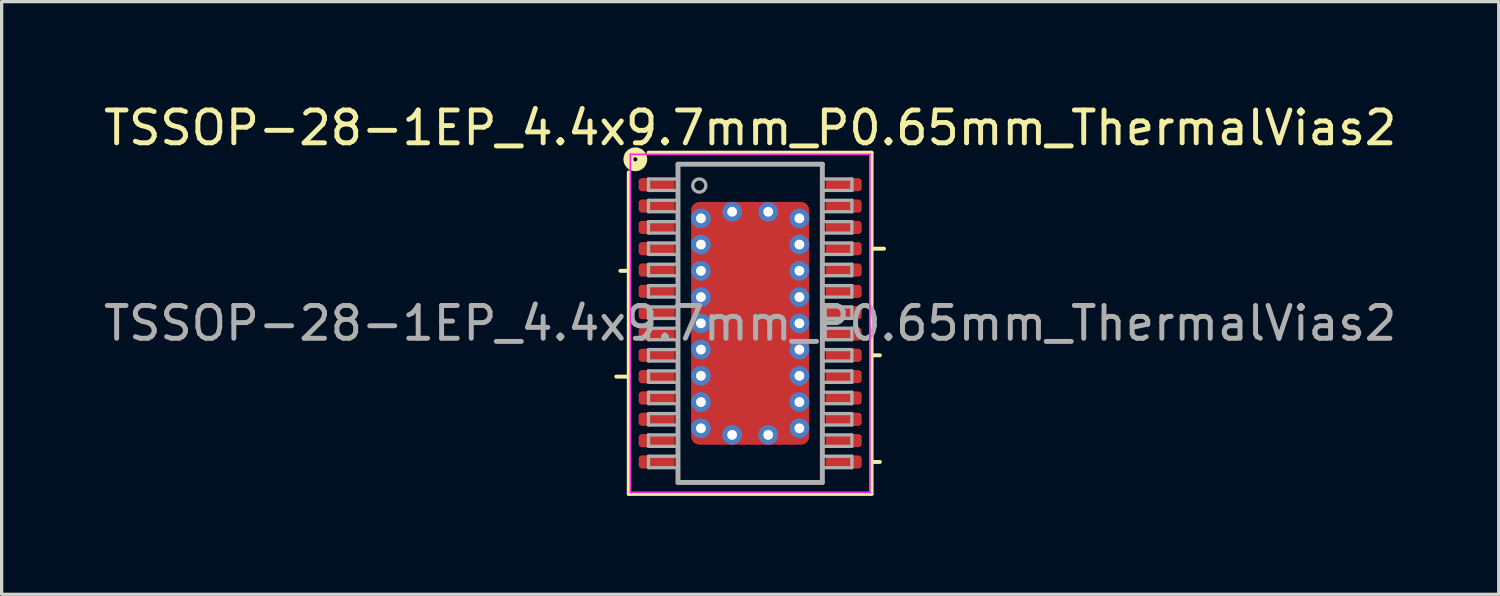
<source format=kicad_pcb>
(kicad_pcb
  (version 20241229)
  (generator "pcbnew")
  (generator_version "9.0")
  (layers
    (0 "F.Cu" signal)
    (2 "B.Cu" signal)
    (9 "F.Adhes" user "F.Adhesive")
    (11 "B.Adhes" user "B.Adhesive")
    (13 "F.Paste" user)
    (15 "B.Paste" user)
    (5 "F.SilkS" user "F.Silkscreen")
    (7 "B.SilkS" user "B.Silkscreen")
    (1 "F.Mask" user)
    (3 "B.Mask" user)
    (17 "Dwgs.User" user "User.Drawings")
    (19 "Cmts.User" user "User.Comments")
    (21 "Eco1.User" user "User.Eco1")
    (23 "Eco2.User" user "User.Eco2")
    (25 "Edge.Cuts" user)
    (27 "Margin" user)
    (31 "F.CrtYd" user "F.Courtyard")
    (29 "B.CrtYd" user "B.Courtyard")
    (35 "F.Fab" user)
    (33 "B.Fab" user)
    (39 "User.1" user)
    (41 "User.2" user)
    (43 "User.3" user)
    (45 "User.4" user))
  (footprint "TSSOP-28-1EP_4.4x9.7mm_P0.65mm_ThermalVias2"
    (layer "F.Cu")
    (at 19.815 6.805)
    (property "Reference" "TSSOP-28-1EP_4.4x9.7mm_P0.65mm_ThermalVias2" (at 0 -5.957 0) (layer "F.SilkS") (effects (font (size 1 1) (thickness 0.15))))
    (attr smd)
    (fp_line (start -4.081 1.625) (end -3.7 1.625) (stroke (width 0.12) (type solid)) (layer "F.SilkS"))
    (fp_line (start -3.954 -1.6) (end -3.7 -1.6) (stroke (width 0.12) (type solid)) (layer "F.SilkS"))
    (fp_line (start -3.7 -4.6) (end -3.7 5.2) (stroke (width 0.12) (type solid)) (layer "F.SilkS"))
    (fp_line (start -3.7 5.2) (end 3.7 5.2) (stroke (width 0.12) (type solid)) (layer "F.SilkS"))
    (fp_line (start 3.7 -5.2) (end -3.1 -5.2) (stroke (width 0.12) (type solid)) (layer "F.SilkS"))
    (fp_line (start 3.7 -2.275) (end 4.081 -2.275) (stroke (width 0.12) (type solid)) (layer "F.SilkS"))
    (fp_line (start 3.7 0.975) (end 3.954 0.975) (stroke (width 0.12) (type solid)) (layer "F.SilkS"))
    (fp_line (start 3.7 4.225) (end 3.954 4.225) (stroke (width 0.12) (type solid)) (layer "F.SilkS"))
    (fp_line (start 3.7 5.2) (end 3.7 -5.2) (stroke (width 0.12) (type solid)) (layer "F.SilkS"))
    (fp_circle (center -3.5 -5) (end -3.437 -5) (stroke (width 0.3) (type solid)) (fill no) (layer "F.SilkS"))
    (fp_line (start -3.65 -5.15) (end -3.65 5.15) (stroke (width 0.05) (type solid)) (layer "F.CrtYd"))
    (fp_line (start -3.65 -5.15) (end 3.65 -5.15) (stroke (width 0.05) (type solid)) (layer "F.CrtYd"))
    (fp_line (start -3.65 5.15) (end 3.65 5.15) (stroke (width 0.05) (type solid)) (layer "F.CrtYd"))
    (fp_line (start 3.65 -5.15) (end 3.65 5.15) (stroke (width 0.05) (type solid)) (layer "F.CrtYd"))
    (fp_line (start -3.1 -4.4) (end -3.1 -4.05) (stroke (width 0.1) (type solid)) (layer "F.Fab"))
    (fp_line (start -3.1 -4.4) (end -2.2 -4.4) (stroke (width 0.1) (type solid)) (layer "F.Fab"))
    (fp_line (start -3.1 -4.05) (end -2.2 -4.05) (stroke (width 0.1) (type solid)) (layer "F.Fab"))
    (fp_line (start -3.1 -3.75) (end -3.1 -3.4) (stroke (width 0.1) (type solid)) (layer "F.Fab"))
    (fp_line (start -3.1 -3.75) (end -2.2 -3.75) (stroke (width 0.1) (type solid)) (layer "F.Fab"))
    (fp_line (start -3.1 -3.4) (end -2.2 -3.4) (stroke (width 0.1) (type solid)) (layer "F.Fab"))
    (fp_line (start -3.1 -3.1) (end -3.1 -2.75) (stroke (width 0.1) (type solid)) (layer "F.Fab"))
    (fp_line (start -3.1 -3.1) (end -2.2 -3.1) (stroke (width 0.1) (type solid)) (layer "F.Fab"))
    (fp_line (start -3.1 -2.75) (end -2.2 -2.75) (stroke (width 0.1) (type solid)) (layer "F.Fab"))
    (fp_line (start -3.1 -2.45) (end -3.1 -2.1) (stroke (width 0.1) (type solid)) (layer "F.Fab"))
    (fp_line (start -3.1 -2.45) (end -2.2 -2.45) (stroke (width 0.1) (type solid)) (layer "F.Fab"))
    (fp_line (start -3.1 -2.1) (end -2.2 -2.1) (stroke (width 0.1) (type solid)) (layer "F.Fab"))
    (fp_line (start -3.1 -1.8) (end -3.1 -1.45) (stroke (width 0.1) (type solid)) (layer "F.Fab"))
    (fp_line (start -3.1 -1.8) (end -2.2 -1.8) (stroke (width 0.1) (type solid)) (layer "F.Fab"))
    (fp_line (start -3.1 -1.45) (end -2.2 -1.45) (stroke (width 0.1) (type solid)) (layer "F.Fab"))
    (fp_line (start -3.1 -1.15) (end -3.1 -0.8) (stroke (width 0.1) (type solid)) (layer "F.Fab"))
    (fp_line (start -3.1 -1.15) (end -2.2 -1.15) (stroke (width 0.1) (type solid)) (layer "F.Fab"))
    (fp_line (start -3.1 -0.8) (end -2.2 -0.8) (stroke (width 0.1) (type solid)) (layer "F.Fab"))
    (fp_line (start -3.1 -0.5) (end -3.1 -0.15) (stroke (width 0.1) (type solid)) (layer "F.Fab"))
    (fp_line (start -3.1 -0.5) (end -2.2 -0.5) (stroke (width 0.1) (type solid)) (layer "F.Fab"))
    (fp_line (start -3.1 -0.15) (end -2.2 -0.15) (stroke (width 0.1) (type solid)) (layer "F.Fab"))
    (fp_line (start -3.1 0.15) (end -3.1 0.5) (stroke (width 0.1) (type solid)) (layer "F.Fab"))
    (fp_line (start -3.1 0.15) (end -2.2 0.15) (stroke (width 0.1) (type solid)) (layer "F.Fab"))
    (fp_line (start -3.1 0.5) (end -2.2 0.5) (stroke (width 0.1) (type solid)) (layer "F.Fab"))
    (fp_line (start -3.1 0.8) (end -3.1 1.15) (stroke (width 0.1) (type solid)) (layer "F.Fab"))
    (fp_line (start -3.1 0.8) (end -2.2 0.8) (stroke (width 0.1) (type solid)) (layer "F.Fab"))
    (fp_line (start -3.1 1.15) (end -2.2 1.15) (stroke (width 0.1) (type solid)) (layer "F.Fab"))
    (fp_line (start -3.1 1.45) (end -3.1 1.8) (stroke (width 0.1) (type solid)) (layer "F.Fab"))
    (fp_line (start -3.1 1.45) (end -2.2 1.45) (stroke (width 0.1) (type solid)) (layer "F.Fab"))
    (fp_line (start -3.1 1.8) (end -2.2 1.8) (stroke (width 0.1) (type solid)) (layer "F.Fab"))
    (fp_line (start -3.1 2.1) (end -3.1 2.45) (stroke (width 0.1) (type solid)) (layer "F.Fab"))
    (fp_line (start -3.1 2.1) (end -2.2 2.1) (stroke (width 0.1) (type solid)) (layer "F.Fab"))
    (fp_line (start -3.1 2.45) (end -2.2 2.45) (stroke (width 0.1) (type solid)) (layer "F.Fab"))
    (fp_line (start -3.1 2.75) (end -3.1 3.1) (stroke (width 0.1) (type solid)) (layer "F.Fab"))
    (fp_line (start -3.1 2.75) (end -2.2 2.75) (stroke (width 0.1) (type solid)) (layer "F.Fab"))
    (fp_line (start -3.1 3.1) (end -2.2 3.1) (stroke (width 0.1) (type solid)) (layer "F.Fab"))
    (fp_line (start -3.1 3.4) (end -3.1 3.75) (stroke (width 0.1) (type solid)) (layer "F.Fab"))
    (fp_line (start -3.1 3.4) (end -2.2 3.4) (stroke (width 0.1) (type solid)) (layer "F.Fab"))
    (fp_line (start -3.1 3.75) (end -2.2 3.75) (stroke (width 0.1) (type solid)) (layer "F.Fab"))
    (fp_line (start -3.1 4.05) (end -3.1 4.4) (stroke (width 0.1) (type solid)) (layer "F.Fab"))
    (fp_line (start -3.1 4.05) (end -2.2 4.05) (stroke (width 0.1) (type solid)) (layer "F.Fab"))
    (fp_line (start -3.1 4.4) (end -2.2 4.4) (stroke (width 0.1) (type solid)) (layer "F.Fab"))
    (fp_line (start -2.2 -4.85) (end 2.2 -4.85) (stroke (width 0.15) (type solid)) (layer "F.Fab"))
    (fp_line (start -2.2 4.85) (end -2.2 -4.85) (stroke (width 0.15) (type solid)) (layer "F.Fab"))
    (fp_line (start 2.2 -4.85) (end 2.2 4.85) (stroke (width 0.15) (type solid)) (layer "F.Fab"))
    (fp_line (start 2.2 4.85) (end -2.2 4.85) (stroke (width 0.15) (type solid)) (layer "F.Fab"))
    (fp_line (start 3.1 -4.4) (end 2.2 -4.4) (stroke (width 0.1) (type solid)) (layer "F.Fab"))
    (fp_line (start 3.1 -4.05) (end 2.2 -4.05) (stroke (width 0.1) (type solid)) (layer "F.Fab"))
    (fp_line (start 3.1 -4.05) (end 3.1 -4.4) (stroke (width 0.1) (type solid)) (layer "F.Fab"))
    (fp_line (start 3.1 -3.75) (end 2.2 -3.75) (stroke (width 0.1) (type solid)) (layer "F.Fab"))
    (fp_line (start 3.1 -3.4) (end 2.2 -3.4) (stroke (width 0.1) (type solid)) (layer "F.Fab"))
    (fp_line (start 3.1 -3.4) (end 3.1 -3.75) (stroke (width 0.1) (type solid)) (layer "F.Fab"))
    (fp_line (start 3.1 -3.1) (end 2.2 -3.1) (stroke (width 0.1) (type solid)) (layer "F.Fab"))
    (fp_line (start 3.1 -2.75) (end 2.2 -2.75) (stroke (width 0.1) (type solid)) (layer "F.Fab"))
    (fp_line (start 3.1 -2.75) (end 3.1 -3.1) (stroke (width 0.1) (type solid)) (layer "F.Fab"))
    (fp_line (start 3.1 -2.45) (end 2.2 -2.45) (stroke (width 0.1) (type solid)) (layer "F.Fab"))
    (fp_line (start 3.1 -2.1) (end 2.2 -2.1) (stroke (width 0.1) (type solid)) (layer "F.Fab"))
    (fp_line (start 3.1 -2.1) (end 3.1 -2.45) (stroke (width 0.1) (type solid)) (layer "F.Fab"))
    (fp_line (start 3.1 -1.8) (end 2.2 -1.8) (stroke (width 0.1) (type solid)) (layer "F.Fab"))
    (fp_line (start 3.1 -1.45) (end 2.2 -1.45) (stroke (width 0.1) (type solid)) (layer "F.Fab"))
    (fp_line (start 3.1 -1.45) (end 3.1 -1.8) (stroke (width 0.1) (type solid)) (layer "F.Fab"))
    (fp_line (start 3.1 -1.15) (end 2.2 -1.15) (stroke (width 0.1) (type solid)) (layer "F.Fab"))
    (fp_line (start 3.1 -0.8) (end 2.2 -0.8) (stroke (width 0.1) (type solid)) (layer "F.Fab"))
    (fp_line (start 3.1 -0.8) (end 3.1 -1.15) (stroke (width 0.1) (type solid)) (layer "F.Fab"))
    (fp_line (start 3.1 -0.5) (end 2.2 -0.5) (stroke (width 0.1) (type solid)) (layer "F.Fab"))
    (fp_line (start 3.1 -0.15) (end 2.2 -0.15) (stroke (width 0.1) (type solid)) (layer "F.Fab"))
    (fp_line (start 3.1 -0.15) (end 3.1 -0.5) (stroke (width 0.1) (type solid)) (layer "F.Fab"))
    (fp_line (start 3.1 0.15) (end 2.2 0.15) (stroke (width 0.1) (type solid)) (layer "F.Fab"))
    (fp_line (start 3.1 0.5) (end 2.2 0.5) (stroke (width 0.1) (type solid)) (layer "F.Fab"))
    (fp_line (start 3.1 0.5) (end 3.1 0.15) (stroke (width 0.1) (type solid)) (layer "F.Fab"))
    (fp_line (start 3.1 0.8) (end 2.2 0.8) (stroke (width 0.1) (type solid)) (layer "F.Fab"))
    (fp_line (start 3.1 1.15) (end 2.2 1.15) (stroke (width 0.1) (type solid)) (layer "F.Fab"))
    (fp_line (start 3.1 1.15) (end 3.1 0.8) (stroke (width 0.1) (type solid)) (layer "F.Fab"))
    (fp_line (start 3.1 1.45) (end 2.2 1.45) (stroke (width 0.1) (type solid)) (layer "F.Fab"))
    (fp_line (start 3.1 1.8) (end 2.2 1.8) (stroke (width 0.1) (type solid)) (layer "F.Fab"))
    (fp_line (start 3.1 1.8) (end 3.1 1.45) (stroke (width 0.1) (type solid)) (layer "F.Fab"))
    (fp_line (start 3.1 2.1) (end 2.2 2.1) (stroke (width 0.1) (type solid)) (layer "F.Fab"))
    (fp_line (start 3.1 2.45) (end 2.2 2.45) (stroke (width 0.1) (type solid)) (layer "F.Fab"))
    (fp_line (start 3.1 2.45) (end 3.1 2.1) (stroke (width 0.1) (type solid)) (layer "F.Fab"))
    (fp_line (start 3.1 2.75) (end 2.2 2.75) (stroke (width 0.1) (type solid)) (layer "F.Fab"))
    (fp_line (start 3.1 3.1) (end 2.2 3.1) (stroke (width 0.1) (type solid)) (layer "F.Fab"))
    (fp_line (start 3.1 3.1) (end 3.1 2.75) (stroke (width 0.1) (type solid)) (layer "F.Fab"))
    (fp_line (start 3.1 3.4) (end 2.2 3.4) (stroke (width 0.1) (type solid)) (layer "F.Fab"))
    (fp_line (start 3.1 3.75) (end 2.2 3.75) (stroke (width 0.1) (type solid)) (layer "F.Fab"))
    (fp_line (start 3.1 3.75) (end 3.1 3.4) (stroke (width 0.1) (type solid)) (layer "F.Fab"))
    (fp_line (start 3.1 4.05) (end 2.2 4.05) (stroke (width 0.1) (type solid)) (layer "F.Fab"))
    (fp_line (start 3.1 4.4) (end 2.2 4.4) (stroke (width 0.1) (type solid)) (layer "F.Fab"))
    (fp_line (start 3.1 4.4) (end 3.1 4.05) (stroke (width 0.1) (type solid)) (layer "F.Fab"))
    (fp_circle (center -1.55 -4.2) (end -1.35 -4.2) (stroke (width 0.1) (type solid)) (fill no) (layer "F.Fab"))
    (fp_text user "${REFERENCE}" (at 0 0 0) (layer "F.Fab") (effects (font (size 1 1) (thickness 0.15))))
    (pad "" smd roundrect (at -0.6 -2.4) (size 0.9 0.9) (layers "F.Paste") (roundrect_rratio 0.25))
    (pad "" smd roundrect (at -0.6 -1.2) (size 0.9 0.9) (layers "F.Paste") (roundrect_rratio 0.25))
    (pad "" smd roundrect (at -0.6 0) (size 0.9 0.9) (layers "F.Paste") (roundrect_rratio 0.25))
    (pad "" smd roundrect (at -0.6 1.2) (size 0.9 0.9) (layers "F.Paste") (roundrect_rratio 0.25))
    (pad "" smd roundrect (at -0.6 2.4) (size 0.9 0.9) (layers "F.Paste") (roundrect_rratio 0.25))
    (pad "" smd roundrect (at 0 0) (size 2.4 6.2) (layers "F.Mask") (roundrect_rratio 0.104))
    (pad "" smd roundrect (at 0.6 -2.4) (size 0.9 0.9) (layers "F.Paste") (roundrect_rratio 0.25))
    (pad "" smd roundrect (at 0.6 -1.2) (size 0.9 0.9) (layers "F.Paste") (roundrect_rratio 0.25))
    (pad "" smd roundrect (at 0.6 0) (size 0.9 0.9) (layers "F.Paste") (roundrect_rratio 0.25))
    (pad "" smd roundrect (at 0.6 1.2) (size 0.9 0.9) (layers "F.Paste") (roundrect_rratio 0.25))
    (pad "" smd roundrect (at 0.6 2.4) (size 0.9 0.9) (layers "F.Paste") (roundrect_rratio 0.25))
    (pad "1" smd roundrect (at -2.85 -4.225) (size 1.1 0.4) (layers "F.Cu" "F.Mask" "F.Paste") (roundrect_rratio 0.25))
    (pad "2" smd roundrect (at -2.85 -3.575) (size 1.1 0.4) (layers "F.Cu" "F.Mask" "F.Paste") (roundrect_rratio 0.25))
    (pad "3" smd roundrect (at -2.85 -2.925) (size 1.1 0.4) (layers "F.Cu" "F.Mask" "F.Paste") (roundrect_rratio 0.25))
    (pad "4" smd roundrect (at -2.85 -2.275) (size 1.1 0.4) (layers "F.Cu" "F.Mask" "F.Paste") (roundrect_rratio 0.25))
    (pad "5" smd roundrect (at -2.85 -1.625) (size 1.1 0.4) (layers "F.Cu" "F.Mask" "F.Paste") (roundrect_rratio 0.25))
    (pad "6" smd roundrect (at -2.85 -0.975) (size 1.1 0.4) (layers "F.Cu" "F.Mask" "F.Paste") (roundrect_rratio 0.25))
    (pad "7" smd roundrect (at -2.85 -0.325) (size 1.1 0.4) (layers "F.Cu" "F.Mask" "F.Paste") (roundrect_rratio 0.25))
    (pad "8" smd roundrect (at -2.85 0.325) (size 1.1 0.4) (layers "F.Cu" "F.Mask" "F.Paste") (roundrect_rratio 0.25))
    (pad "9" smd roundrect (at -2.85 0.975) (size 1.1 0.4) (layers "F.Cu" "F.Mask" "F.Paste") (roundrect_rratio 0.25))
    (pad "10" smd roundrect (at -2.85 1.625) (size 1.1 0.4) (layers "F.Cu" "F.Mask" "F.Paste") (roundrect_rratio 0.25))
    (pad "11" smd roundrect (at -2.85 2.275) (size 1.1 0.4) (layers "F.Cu" "F.Mask" "F.Paste") (roundrect_rratio 0.25))
    (pad "12" smd roundrect (at -2.85 2.925) (size 1.1 0.4) (layers "F.Cu" "F.Mask" "F.Paste") (roundrect_rratio 0.25))
    (pad "13" smd roundrect (at -2.85 3.575) (size 1.1 0.4) (layers "F.Cu" "F.Mask" "F.Paste") (roundrect_rratio 0.25))
    (pad "14" smd roundrect (at -2.85 4.225) (size 1.1 0.4) (layers "F.Cu" "F.Mask" "F.Paste") (roundrect_rratio 0.25))
    (pad "15" smd roundrect (at 2.85 4.225) (size 1.1 0.4) (layers "F.Cu" "F.Mask" "F.Paste") (roundrect_rratio 0.25))
    (pad "16" smd roundrect (at 2.85 3.575) (size 1.1 0.4) (layers "F.Cu" "F.Mask" "F.Paste") (roundrect_rratio 0.25))
    (pad "17" smd roundrect (at 2.85 2.925) (size 1.1 0.4) (layers "F.Cu" "F.Mask" "F.Paste") (roundrect_rratio 0.25))
    (pad "18" smd roundrect (at 2.85 2.275) (size 1.1 0.4) (layers "F.Cu" "F.Mask" "F.Paste") (roundrect_rratio 0.25))
    (pad "19" smd roundrect (at 2.85 1.625) (size 1.1 0.4) (layers "F.Cu" "F.Mask" "F.Paste") (roundrect_rratio 0.25))
    (pad "20" smd roundrect (at 2.85 0.975) (size 1.1 0.4) (layers "F.Cu" "F.Mask" "F.Paste") (roundrect_rratio 0.25))
    (pad "21" smd roundrect (at 2.85 0.325) (size 1.1 0.4) (layers "F.Cu" "F.Mask" "F.Paste") (roundrect_rratio 0.25))
    (pad "22" smd roundrect (at 2.85 -0.325) (size 1.1 0.4) (layers "F.Cu" "F.Mask" "F.Paste") (roundrect_rratio 0.25))
    (pad "23" smd roundrect (at 2.85 -0.975) (size 1.1 0.4) (layers "F.Cu" "F.Mask" "F.Paste") (roundrect_rratio 0.25))
    (pad "24" smd roundrect (at 2.85 -1.625) (size 1.1 0.4) (layers "F.Cu" "F.Mask" "F.Paste") (roundrect_rratio 0.25))
    (pad "25" smd roundrect (at 2.85 -2.275) (size 1.1 0.4) (layers "F.Cu" "F.Mask" "F.Paste") (roundrect_rratio 0.25))
    (pad "26" smd roundrect (at 2.85 -2.925) (size 1.1 0.4) (layers "F.Cu" "F.Mask" "F.Paste") (roundrect_rratio 0.25))
    (pad "27" smd roundrect (at 2.85 -3.575) (size 1.1 0.4) (layers "F.Cu" "F.Mask" "F.Paste") (roundrect_rratio 0.25))
    (pad "28" smd roundrect (at 2.85 -4.225) (size 1.1 0.4) (layers "F.Cu" "F.Mask" "F.Paste") (roundrect_rratio 0.25))
    (pad "29" thru_hole circle (at -1.5 -3.2) (size 0.6 0.6) (drill 0.3) (property pad_prop_heatsink) (layers "*.Cu" "*.Mask"))
    (pad "29" thru_hole circle (at -1.5 -2.4) (size 0.6 0.6) (drill 0.3) (property pad_prop_heatsink) (layers "*.Cu" "*.Mask"))
    (pad "29" thru_hole circle (at -1.5 -1.6) (size 0.6 0.6) (drill 0.3) (property pad_prop_heatsink) (layers "*.Cu" "*.Mask"))
    (pad "29" thru_hole circle (at -1.5 -0.8) (size 0.6 0.6) (drill 0.3) (property pad_prop_heatsink) (layers "*.Cu" "*.Mask"))
    (pad "29" thru_hole circle (at -1.5 0) (size 0.6 0.6) (drill 0.3) (property pad_prop_heatsink) (layers "*.Cu" "*.Mask"))
    (pad "29" thru_hole circle (at -1.5 0.8) (size 0.6 0.6) (drill 0.3) (property pad_prop_heatsink) (layers "*.Cu" "*.Mask"))
    (pad "29" thru_hole circle (at -1.5 1.6) (size 0.6 0.6) (drill 0.3) (property pad_prop_heatsink) (layers "*.Cu" "*.Mask"))
    (pad "29" thru_hole circle (at -1.5 2.4) (size 0.6 0.6) (drill 0.3) (property pad_prop_heatsink) (layers "*.Cu" "*.Mask"))
    (pad "29" thru_hole circle (at -1.5 3.2) (size 0.6 0.6) (drill 0.3) (property pad_prop_heatsink) (layers "*.Cu" "*.Mask"))
    (pad "29" thru_hole circle (at -0.55 -3.4) (size 0.6 0.6) (drill 0.3) (property pad_prop_heatsink) (layers "*.Cu" "*.Mask"))
    (pad "29" thru_hole circle (at -0.55 3.4) (size 0.6 0.6) (drill 0.3) (property pad_prop_heatsink) (layers "*.Cu" "*.Mask"))
    (pad "29" smd roundrect (at 0 0) (size 3.6 7.4) (layers "F.Cu") (roundrect_rratio 0.069))
    (pad "29" thru_hole circle (at 0.55 -3.4) (size 0.6 0.6) (drill 0.3) (property pad_prop_heatsink) (layers "*.Cu" "*.Mask"))
    (pad "29" thru_hole circle (at 0.55 3.4) (size 0.6 0.6) (drill 0.3) (property pad_prop_heatsink) (layers "*.Cu" "*.Mask"))
    (pad "29" thru_hole circle (at 1.5 -3.2) (size 0.6 0.6) (drill 0.3) (property pad_prop_heatsink) (layers "*.Cu" "*.Mask"))
    (pad "29" thru_hole circle (at 1.5 -2.4) (size 0.6 0.6) (drill 0.3) (property pad_prop_heatsink) (layers "*.Cu" "*.Mask"))
    (pad "29" thru_hole circle (at 1.5 -1.6) (size 0.6 0.6) (drill 0.3) (property pad_prop_heatsink) (layers "*.Cu" "*.Mask"))
    (pad "29" thru_hole circle (at 1.5 -0.8) (size 0.6 0.6) (drill 0.3) (property pad_prop_heatsink) (layers "*.Cu" "*.Mask"))
    (pad "29" thru_hole circle (at 1.5 0) (size 0.6 0.6) (drill 0.3) (property pad_prop_heatsink) (layers "*.Cu" "*.Mask"))
    (pad "29" thru_hole circle (at 1.5 0.8) (size 0.6 0.6) (drill 0.3) (property pad_prop_heatsink) (layers "*.Cu" "*.Mask"))
    (pad "29" thru_hole circle (at 1.5 1.6) (size 0.6 0.6) (drill 0.3) (property pad_prop_heatsink) (layers "*.Cu" "*.Mask"))
    (pad "29" thru_hole circle (at 1.5 2.4) (size 0.6 0.6) (drill 0.3) (property pad_prop_heatsink) (layers "*.Cu" "*.Mask"))
    (pad "29" thru_hole circle (at 1.5 3.2) (size 0.6 0.6) (drill 0.3) (property pad_prop_heatsink) (layers "*.Cu" "*.Mask")))
  (gr_rect
    (start -3 -3)
    (end 42.631 15.065)
    (stroke (width 0.1) (type default))
    (fill no)
    (layer "Edge.Cuts")))
</source>
